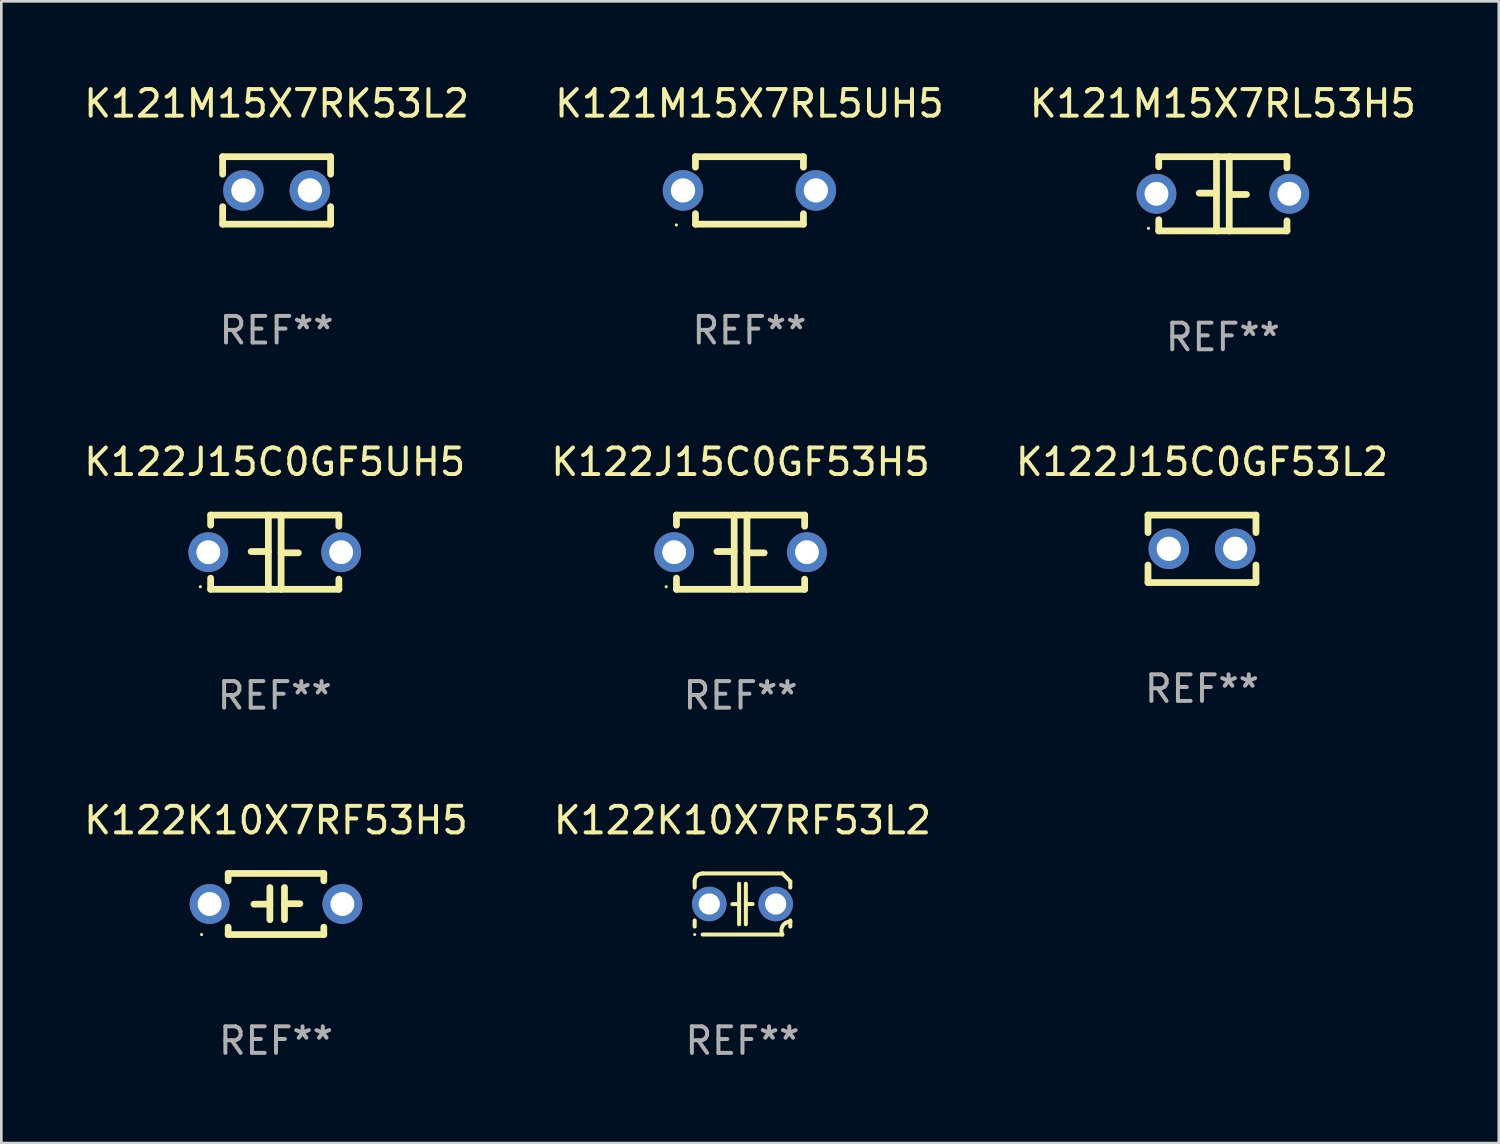
<source format=kicad_pcb>
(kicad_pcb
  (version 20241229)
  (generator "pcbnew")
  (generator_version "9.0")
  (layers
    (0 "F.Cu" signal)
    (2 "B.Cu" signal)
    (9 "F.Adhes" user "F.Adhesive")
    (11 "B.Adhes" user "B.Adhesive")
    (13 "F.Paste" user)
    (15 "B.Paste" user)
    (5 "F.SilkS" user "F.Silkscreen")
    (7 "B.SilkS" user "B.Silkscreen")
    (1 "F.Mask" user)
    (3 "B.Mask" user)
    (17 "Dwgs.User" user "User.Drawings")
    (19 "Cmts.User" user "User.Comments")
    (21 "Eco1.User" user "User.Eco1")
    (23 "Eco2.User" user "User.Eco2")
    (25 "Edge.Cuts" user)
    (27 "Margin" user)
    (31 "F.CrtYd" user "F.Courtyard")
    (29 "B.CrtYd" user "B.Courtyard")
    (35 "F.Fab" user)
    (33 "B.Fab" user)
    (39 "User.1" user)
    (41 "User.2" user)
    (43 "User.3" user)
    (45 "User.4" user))
  (footprint "K122K10X7RF53H5"
    (layer "F.Cu")
    (at 7.339 30.979)
    (property "Reference" "K122K10X7RF53H5" (at 0 -3.15 0) (layer "F.SilkS") (effects (font (size 1 1) (thickness 0.15))))
    (attr through_hole)
    (fp_line (start -1.8 -1.15) (end -1.8 -0.872) (stroke (width 0.254) (type solid)) (layer "F.SilkS"))
    (fp_line (start -1.8 -1.15) (end 1.8 -1.15) (stroke (width 0.254) (type solid)) (layer "F.SilkS"))
    (fp_line (start -1.8 0.872) (end -1.8 1.15) (stroke (width 0.254) (type solid)) (layer "F.SilkS"))
    (fp_line (start -1.8 1.15) (end 1.8 1.15) (stroke (width 0.254) (type solid)) (layer "F.SilkS"))
    (fp_line (start -0.23 -0.62) (end -0.23 0.59) (stroke (width 0.254) (type solid)) (layer "F.SilkS"))
    (fp_line (start -0.23 0.007) (end -0.83 0.007) (stroke (width 0.254) (type solid)) (layer "F.SilkS"))
    (fp_line (start 0.32 -0.62) (end 0.32 0.59) (stroke (width 0.254) (type solid)) (layer "F.SilkS"))
    (fp_line (start 0.32 -0.012) (end 0.9 -0.012) (stroke (width 0.254) (type solid)) (layer "F.SilkS"))
    (fp_line (start 1.8 -1.15) (end 1.8 -0.872) (stroke (width 0.254) (type solid)) (layer "F.SilkS"))
    (fp_line (start 1.8 0.872) (end 1.8 1.15) (stroke (width 0.254) (type solid)) (layer "F.SilkS"))
    (fp_circle (center -2.8 1.15) (end -2.77 1.15) (stroke (width 0.06) (type solid)) (fill no) (layer "F.SilkS"))
    (fp_text user "REF**" (at 0 5.15 0) (layer "F.Fab") (effects (font (size 1 1) (thickness 0.15))))
    (pad "1" thru_hole circle (at -2.5 0) (size 1.5 1.5) (drill 0.9) (layers "*.Cu" "*.Mask"))
    (pad "2" thru_hole circle (at 2.5 0) (size 1.5 1.5) (drill 0.9) (layers "*.Cu" "*.Mask")))
  (footprint "K122J15C0GF53L2"
    (layer "F.Cu")
    (at 42.196 17.609)
    (property "Reference" "K122J15C0GF53L2" (at 0 -3.27 0) (layer "F.SilkS") (effects (font (size 1 1) (thickness 0.15))))
    (attr through_hole)
    (fp_line (start -2.032 -1.27) (end -2.032 -0.611) (stroke (width 0.254) (type solid)) (layer "F.SilkS"))
    (fp_line (start -2.032 0.611) (end -2.032 1.27) (stroke (width 0.254) (type solid)) (layer "F.SilkS"))
    (fp_line (start -2.032 1.27) (end 2.032 1.27) (stroke (width 0.254) (type solid)) (layer "F.SilkS"))
    (fp_line (start 2.032 -1.27) (end -2.032 -1.27) (stroke (width 0.254) (type solid)) (layer "F.SilkS"))
    (fp_line (start 2.032 -0.611) (end 2.032 -1.27) (stroke (width 0.254) (type solid)) (layer "F.SilkS"))
    (fp_line (start 2.032 1.27) (end 2.032 0.611) (stroke (width 0.254) (type solid)) (layer "F.SilkS"))
    (fp_circle (center -2 1.3) (end -1.97 1.3) (stroke (width 0.06) (type solid)) (fill no) (layer "F.SilkS"))
    (fp_text user "REF**" (at 0 5.27 0) (layer "F.Fab") (effects (font (size 1 1) (thickness 0.15))))
    (pad "1" thru_hole circle (at -1.25 0) (size 1.524 1.524) (drill 0.914) (layers "*.Cu" "*.Mask"))
    (pad "2" thru_hole circle (at 1.25 0) (size 1.524 1.524) (drill 0.914) (layers "*.Cu" "*.Mask")))
  (footprint "K121M15X7RL53H5"
    (layer "F.Cu")
    (at 42.982 4.245)
    (property "Reference" "K121M15X7RL53H5" (at 0 -3.397 0) (layer "F.SilkS") (effects (font (size 1 1) (thickness 0.15))))
    (attr through_hole)
    (fp_line (start -2.413 -1.397) (end 2.413 -1.397) (stroke (width 0.254) (type solid)) (layer "F.SilkS"))
    (fp_line (start -2.413 -1.016) (end -2.413 -1.397) (stroke (width 0.254) (type solid)) (layer "F.SilkS"))
    (fp_line (start -2.413 0.977) (end -2.413 1.397) (stroke (width 0.254) (type solid)) (layer "F.SilkS"))
    (fp_line (start -0.24 -0.025) (end -0.889 -0.025) (stroke (width 0.254) (type solid)) (layer "F.SilkS"))
    (fp_line (start -0.24 1.397) (end -0.24 -1.397) (stroke (width 0.254) (type solid)) (layer "F.SilkS"))
    (fp_line (start 0.24 -1.397) (end 0.24 1.397) (stroke (width 0.254) (type solid)) (layer "F.SilkS"))
    (fp_line (start 0.24 0.025) (end 0.889 0.025) (stroke (width 0.254) (type solid)) (layer "F.SilkS"))
    (fp_line (start 2.413 -0.977) (end 2.413 -1.397) (stroke (width 0.254) (type solid)) (layer "F.SilkS"))
    (fp_line (start 2.413 1.016) (end 2.413 1.397) (stroke (width 0.254) (type solid)) (layer "F.SilkS"))
    (fp_line (start 2.413 1.397) (end -2.413 1.397) (stroke (width 0.254) (type solid)) (layer "F.SilkS"))
    (fp_circle (center -2.8 1.3) (end -2.77 1.3) (stroke (width 0.06) (type solid)) (fill no) (layer "F.SilkS"))
    (fp_text user "REF**" (at 0 5.397 0) (layer "F.Fab") (effects (font (size 1 1) (thickness 0.15))))
    (pad "1" thru_hole circle (at -2.5 0) (size 1.5 1.5) (drill 0.9) (layers "*.Cu" "*.Mask"))
    (pad "2" thru_hole circle (at 2.5 0) (size 1.5 1.5) (drill 0.9) (layers "*.Cu" "*.Mask")))
  (footprint "K121M15X7RK53L2"
    (layer "F.Cu")
    (at 7.363 4.118)
    (property "Reference" "K121M15X7RK53L2" (at 0 -3.27 0) (layer "F.SilkS") (effects (font (size 1 1) (thickness 0.15))))
    (attr through_hole)
    (fp_line (start -2.032 -1.27) (end -2.032 -0.611) (stroke (width 0.254) (type solid)) (layer "F.SilkS"))
    (fp_line (start -2.032 0.611) (end -2.032 1.27) (stroke (width 0.254) (type solid)) (layer "F.SilkS"))
    (fp_line (start -2.032 1.27) (end 2.032 1.27) (stroke (width 0.254) (type solid)) (layer "F.SilkS"))
    (fp_line (start 2.032 -1.27) (end -2.032 -1.27) (stroke (width 0.254) (type solid)) (layer "F.SilkS"))
    (fp_line (start 2.032 -0.611) (end 2.032 -1.27) (stroke (width 0.254) (type solid)) (layer "F.SilkS"))
    (fp_line (start 2.032 1.27) (end 2.032 0.611) (stroke (width 0.254) (type solid)) (layer "F.SilkS"))
    (fp_circle (center -2 1.3) (end -1.97 1.3) (stroke (width 0.06) (type solid)) (fill no) (layer "F.SilkS"))
    (fp_text user "REF**" (at 0 5.27 0) (layer "F.Fab") (effects (font (size 1 1) (thickness 0.15))))
    (pad "1" thru_hole circle (at -1.25 0) (size 1.524 1.524) (drill 0.914) (layers "*.Cu" "*.Mask"))
    (pad "2" thru_hole circle (at 1.25 0) (size 1.524 1.524) (drill 0.914) (layers "*.Cu" "*.Mask")))
  (footprint "K122K10X7RF53L2"
    (layer "F.Cu")
    (at 24.899 30.979)
    (property "Reference" "K122K10X7RF53L2" (at 0 -3.15 0) (layer "F.SilkS") (effects (font (size 1 1) (thickness 0.15))))
    (attr through_hole)
    (fp_line (start -1.8 -0.621) (end -1.8 -0.85) (stroke (width 0.152) (type solid)) (layer "F.SilkS"))
    (fp_line (start -1.8 0.85) (end -1.8 0.621) (stroke (width 0.152) (type solid)) (layer "F.SilkS"))
    (fp_line (start -1.5 -1.15) (end 1.5 -1.15) (stroke (width 0.152) (type solid)) (layer "F.SilkS"))
    (fp_line (start -0.127 -0.762) (end -0.127 0.762) (stroke (width 0.152) (type solid)) (layer "F.SilkS"))
    (fp_line (start -0.127 0.005) (end -0.381 0.005) (stroke (width 0.152) (type solid)) (layer "F.SilkS"))
    (fp_line (start 0.127 -0.762) (end 0.127 0.762) (stroke (width 0.152) (type solid)) (layer "F.SilkS"))
    (fp_line (start 0.127 0.002) (end 0.381 0.002) (stroke (width 0.152) (type solid)) (layer "F.SilkS"))
    (fp_line (start 1.5 1.15) (end -1.5 1.15) (stroke (width 0.152) (type solid)) (layer "F.SilkS"))
    (fp_line (start 1.8 -0.85) (end 1.8 -0.621) (stroke (width 0.152) (type solid)) (layer "F.SilkS"))
    (fp_line (start 1.8 0.621) (end 1.8 0.85) (stroke (width 0.152) (type solid)) (layer "F.SilkS"))
    (fp_arc (start -1.799975 -0.849987) (mid -1.712107 -1.062119) (end -1.499975 -1.149987) (stroke (width 0.151994) (type solid)) (layer "F.SilkS"))
    (fp_arc (start 1.499975 1.149987) (mid 1.513726 0.822359) (end 1.799975 0.662387) (stroke (width 0.151994) (type solid)) (layer "F.SilkS"))
    (fp_arc (start 1.500001 -1.149986) (mid 1.650015 -1.000001) (end 1.8 -0.849987) (stroke (width 0.151994) (type solid)) (layer "F.SilkS"))
    (fp_circle (center -1.8 1.15) (end -1.77 1.15) (stroke (width 0.06) (type solid)) (fill no) (layer "F.SilkS"))
    (fp_text user "REF**" (at 0 5.15 0) (layer "F.Fab") (effects (font (size 1 1) (thickness 0.15))))
    (pad "1" thru_hole circle (at -1.25 0) (size 1.3 1.3) (drill 0.8) (layers "*.Cu" "*.Mask"))
    (pad "2" thru_hole circle (at 1.25 0) (size 1.3 1.3) (drill 0.8) (layers "*.Cu" "*.Mask")))
  (footprint "K122J15C0GF5UH5"
    (layer "F.Cu")
    (at 7.292 17.736)
    (property "Reference" "K122J15C0GF5UH5" (at 0 -3.397 0) (layer "F.SilkS") (effects (font (size 1 1) (thickness 0.15))))
    (attr through_hole)
    (fp_line (start -2.413 -1.397) (end 2.413 -1.397) (stroke (width 0.254) (type solid)) (layer "F.SilkS"))
    (fp_line (start -2.413 -1.016) (end -2.413 -1.397) (stroke (width 0.254) (type solid)) (layer "F.SilkS"))
    (fp_line (start -2.413 0.977) (end -2.413 1.397) (stroke (width 0.254) (type solid)) (layer "F.SilkS"))
    (fp_line (start -0.24 -0.025) (end -0.889 -0.025) (stroke (width 0.254) (type solid)) (layer "F.SilkS"))
    (fp_line (start -0.24 1.397) (end -0.24 -1.397) (stroke (width 0.254) (type solid)) (layer "F.SilkS"))
    (fp_line (start 0.24 -1.397) (end 0.24 1.397) (stroke (width 0.254) (type solid)) (layer "F.SilkS"))
    (fp_line (start 0.24 0.025) (end 0.889 0.025) (stroke (width 0.254) (type solid)) (layer "F.SilkS"))
    (fp_line (start 2.413 -0.977) (end 2.413 -1.397) (stroke (width 0.254) (type solid)) (layer "F.SilkS"))
    (fp_line (start 2.413 1.016) (end 2.413 1.397) (stroke (width 0.254) (type solid)) (layer "F.SilkS"))
    (fp_line (start 2.413 1.397) (end -2.413 1.397) (stroke (width 0.254) (type solid)) (layer "F.SilkS"))
    (fp_circle (center -2.8 1.3) (end -2.77 1.3) (stroke (width 0.06) (type solid)) (fill no) (layer "F.SilkS"))
    (fp_text user "REF**" (at 0 5.397 0) (layer "F.Fab") (effects (font (size 1 1) (thickness 0.15))))
    (pad "1" thru_hole circle (at -2.5 0) (size 1.5 1.5) (drill 0.9) (layers "*.Cu" "*.Mask"))
    (pad "2" thru_hole circle (at 2.5 0) (size 1.5 1.5) (drill 0.9) (layers "*.Cu" "*.Mask")))
  (footprint "K121M15X7RL5UH5"
    (layer "F.Cu")
    (at 25.161 4.118)
    (property "Reference" "K121M15X7RL5UH5" (at 0 -3.27 0) (layer "F.SilkS") (effects (font (size 1 1) (thickness 0.15))))
    (attr through_hole)
    (fp_line (start -2.032 -1.27) (end -2.032 -0.876) (stroke (width 0.254) (type solid)) (layer "F.SilkS"))
    (fp_line (start -2.032 0.876) (end -2.032 1.27) (stroke (width 0.254) (type solid)) (layer "F.SilkS"))
    (fp_line (start -2.032 1.27) (end 2.032 1.27) (stroke (width 0.254) (type solid)) (layer "F.SilkS"))
    (fp_line (start 2.032 -1.27) (end -2.032 -1.27) (stroke (width 0.254) (type solid)) (layer "F.SilkS"))
    (fp_line (start 2.032 -0.876) (end 2.032 -1.27) (stroke (width 0.254) (type solid)) (layer "F.SilkS"))
    (fp_line (start 2.032 1.27) (end 2.032 0.876) (stroke (width 0.254) (type solid)) (layer "F.SilkS"))
    (fp_circle (center -2.751 1.3) (end -2.721 1.3) (stroke (width 0.06) (type solid)) (fill no) (layer "F.SilkS"))
    (fp_text user "REF**" (at 0 5.27 0) (layer "F.Fab") (effects (font (size 1 1) (thickness 0.15))))
    (pad "1" thru_hole circle (at -2.5 0) (size 1.524 1.524) (drill 0.914) (layers "*.Cu" "*.Mask"))
    (pad "2" thru_hole circle (at 2.5 0) (size 1.524 1.524) (drill 0.914) (layers "*.Cu" "*.Mask")))
  (footprint "K122J15C0GF53H5"
    (layer "F.Cu")
    (at 24.827 17.736)
    (property "Reference" "K122J15C0GF53H5" (at 0 -3.397 0) (layer "F.SilkS") (effects (font (size 1 1) (thickness 0.15))))
    (attr through_hole)
    (fp_line (start -2.413 -1.397) (end 2.413 -1.397) (stroke (width 0.254) (type solid)) (layer "F.SilkS"))
    (fp_line (start -2.413 -1.016) (end -2.413 -1.397) (stroke (width 0.254) (type solid)) (layer "F.SilkS"))
    (fp_line (start -2.413 0.977) (end -2.413 1.397) (stroke (width 0.254) (type solid)) (layer "F.SilkS"))
    (fp_line (start -0.24 -0.025) (end -0.889 -0.025) (stroke (width 0.254) (type solid)) (layer "F.SilkS"))
    (fp_line (start -0.24 1.397) (end -0.24 -1.397) (stroke (width 0.254) (type solid)) (layer "F.SilkS"))
    (fp_line (start 0.24 -1.397) (end 0.24 1.397) (stroke (width 0.254) (type solid)) (layer "F.SilkS"))
    (fp_line (start 0.24 0.025) (end 0.889 0.025) (stroke (width 0.254) (type solid)) (layer "F.SilkS"))
    (fp_line (start 2.413 -0.977) (end 2.413 -1.397) (stroke (width 0.254) (type solid)) (layer "F.SilkS"))
    (fp_line (start 2.413 1.016) (end 2.413 1.397) (stroke (width 0.254) (type solid)) (layer "F.SilkS"))
    (fp_line (start 2.413 1.397) (end -2.413 1.397) (stroke (width 0.254) (type solid)) (layer "F.SilkS"))
    (fp_circle (center -2.8 1.3) (end -2.77 1.3) (stroke (width 0.06) (type solid)) (fill no) (layer "F.SilkS"))
    (fp_text user "REF**" (at 0 5.397 0) (layer "F.Fab") (effects (font (size 1 1) (thickness 0.15))))
    (pad "1" thru_hole circle (at -2.5 0) (size 1.5 1.5) (drill 0.9) (layers "*.Cu" "*.Mask"))
    (pad "2" thru_hole circle (at 2.5 0) (size 1.5 1.5) (drill 0.9) (layers "*.Cu" "*.Mask")))
  (gr_rect
    (start -3 -3)
    (end 53.369 39.978)
    (stroke (width 0.1) (type default))
    (fill no)
    (layer "Edge.Cuts")))
</source>
